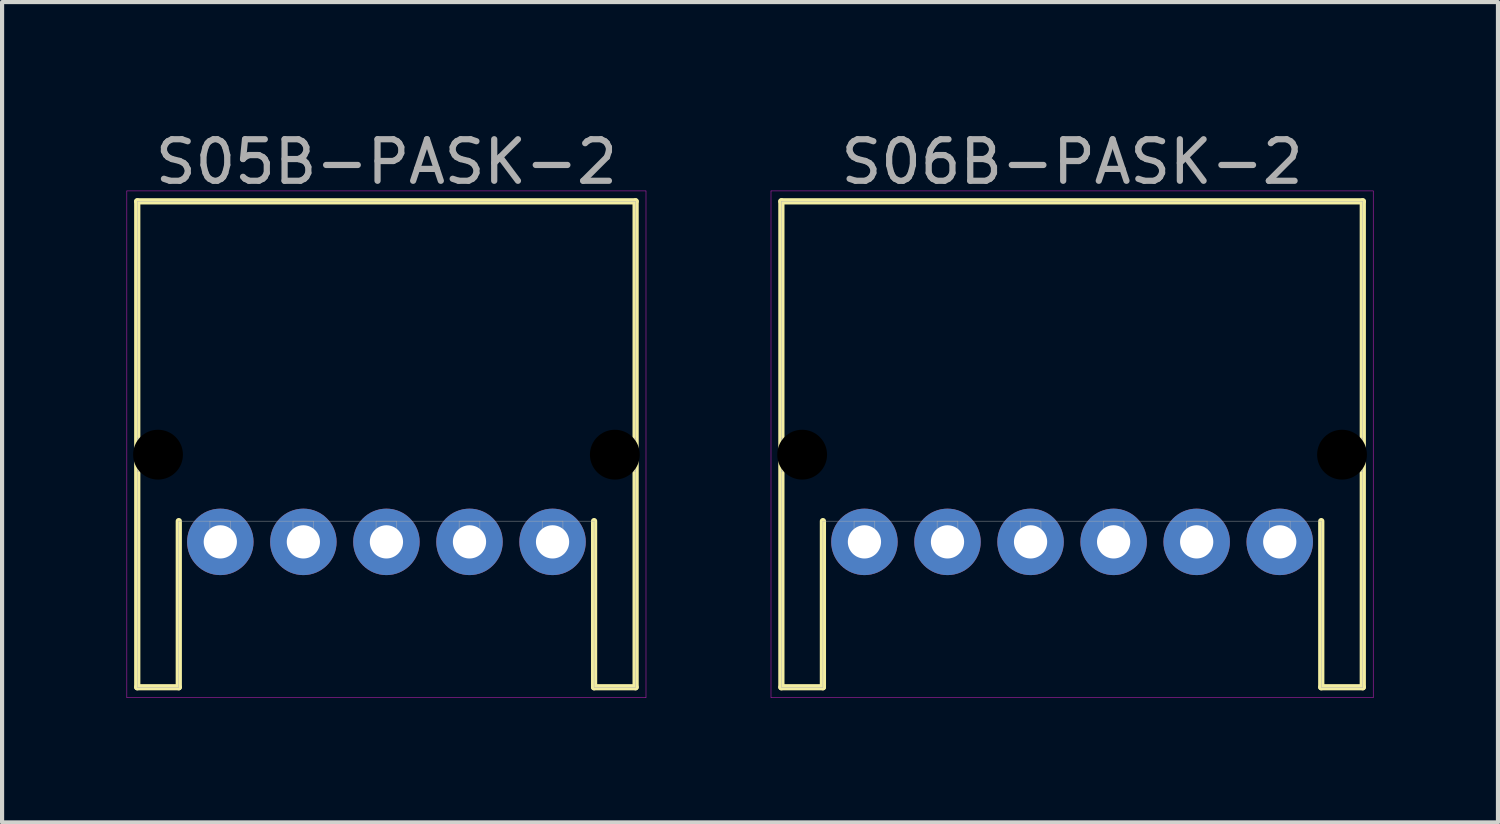
<source format=kicad_pcb>
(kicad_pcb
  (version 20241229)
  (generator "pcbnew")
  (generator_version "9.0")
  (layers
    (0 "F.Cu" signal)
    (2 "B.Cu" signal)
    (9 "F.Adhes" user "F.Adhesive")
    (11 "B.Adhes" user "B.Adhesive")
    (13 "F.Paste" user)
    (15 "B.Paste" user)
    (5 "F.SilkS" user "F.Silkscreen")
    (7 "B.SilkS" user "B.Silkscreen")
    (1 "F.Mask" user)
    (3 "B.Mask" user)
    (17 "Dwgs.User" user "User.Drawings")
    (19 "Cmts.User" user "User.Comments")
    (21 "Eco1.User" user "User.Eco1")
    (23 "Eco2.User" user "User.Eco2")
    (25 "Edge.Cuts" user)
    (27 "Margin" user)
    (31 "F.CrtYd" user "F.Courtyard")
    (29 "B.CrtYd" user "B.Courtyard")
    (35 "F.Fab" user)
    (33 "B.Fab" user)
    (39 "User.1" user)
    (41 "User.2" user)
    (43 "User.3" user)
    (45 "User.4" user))
  (footprint "S06B-PASK-2"
    (layer "F.Cu")
    (at 22.765 9.998)
    (property "Reference" "S06B-PASK-2" (at 0 -9.15 0) (layer "F.Fab") (effects (font (size 1 1) (thickness 0.15))))
    (attr through_hole)
    (fp_line (start -7 -8.2) (end -7 3.5) (stroke (width 0.15) (type solid)) (layer "F.SilkS"))
    (fp_line (start -7 -8.2) (end 7 -8.2) (stroke (width 0.15) (type solid)) (layer "F.SilkS"))
    (fp_line (start -7 3.5) (end -6 3.5) (stroke (width 0.15) (type solid)) (layer "F.SilkS"))
    (fp_line (start -6 3.5) (end -6 -0.5) (stroke (width 0.15) (type solid)) (layer "F.SilkS"))
    (fp_line (start 6 3.5) (end 6 -0.5) (stroke (width 0.15) (type solid)) (layer "F.SilkS"))
    (fp_line (start 7 -8.2) (end 7 3.5) (stroke (width 0.15) (type solid)) (layer "F.SilkS"))
    (fp_line (start 7 3.5) (end 6 3.5) (stroke (width 0.15) (type solid)) (layer "F.SilkS"))
    (fp_line (start -7.25 -8.45) (end 7.25 -8.45) (stroke (width 0.01) (type solid)) (layer "F.CrtYd"))
    (fp_line (start -7.25 3.75) (end -7.25 -8.45) (stroke (width 0.01) (type solid)) (layer "F.CrtYd"))
    (fp_line (start 7.25 -8.45) (end 7.25 3.75) (stroke (width 0.01) (type solid)) (layer "F.CrtYd"))
    (fp_line (start 7.25 3.75) (end -7.25 3.75) (stroke (width 0.01) (type solid)) (layer "F.CrtYd"))
    (fp_line (start -7 -8.2) (end -7 3.5) (stroke (width 0.01) (type solid)) (layer "F.Fab"))
    (fp_line (start -7 -8.2) (end 7 -8.2) (stroke (width 0.01) (type solid)) (layer "F.Fab"))
    (fp_line (start -7 -2.5) (end -6.4 -2.5) (stroke (width 0.01) (type solid)) (layer "F.Fab"))
    (fp_line (start -7 -1.7) (end -7 -2.5) (stroke (width 0.01) (type solid)) (layer "F.Fab"))
    (fp_line (start -7 3.5) (end -6 3.5) (stroke (width 0.01) (type solid)) (layer "F.Fab"))
    (fp_line (start -6.4 -2.5) (end -6.4 -1.7) (stroke (width 0.01) (type solid)) (layer "F.Fab"))
    (fp_line (start -6.4 -1.7) (end -7 -1.7) (stroke (width 0.01) (type solid)) (layer "F.Fab"))
    (fp_line (start -6 3.5) (end -6 -0.5) (stroke (width 0.01) (type solid)) (layer "F.Fab"))
    (fp_line (start -5.25 -0.5) (end -4.75 -0.5) (stroke (width 0.01) (type solid)) (layer "F.Fab"))
    (fp_line (start -5.25 -0.25) (end -4.75 -0.25) (stroke (width 0.01) (type solid)) (layer "F.Fab"))
    (fp_line (start -5.25 0.25) (end -5.25 -0.5) (stroke (width 0.01) (type solid)) (layer "F.Fab"))
    (fp_line (start -4.75 -0.5) (end -4.75 0.25) (stroke (width 0.01) (type solid)) (layer "F.Fab"))
    (fp_line (start -4.75 0.25) (end -5.25 0.25) (stroke (width 0.01) (type solid)) (layer "F.Fab"))
    (fp_line (start -3.25 -0.5) (end -2.75 -0.5) (stroke (width 0.01) (type solid)) (layer "F.Fab"))
    (fp_line (start -3.25 -0.25) (end -2.75 -0.25) (stroke (width 0.01) (type solid)) (layer "F.Fab"))
    (fp_line (start -3.25 0.25) (end -3.25 -0.5) (stroke (width 0.01) (type solid)) (layer "F.Fab"))
    (fp_line (start -2.75 -0.5) (end -2.75 0.25) (stroke (width 0.01) (type solid)) (layer "F.Fab"))
    (fp_line (start -2.75 0.25) (end -3.25 0.25) (stroke (width 0.01) (type solid)) (layer "F.Fab"))
    (fp_line (start -1.25 -0.5) (end -0.75 -0.5) (stroke (width 0.01) (type solid)) (layer "F.Fab"))
    (fp_line (start -1.25 -0.25) (end -0.75 -0.25) (stroke (width 0.01) (type solid)) (layer "F.Fab"))
    (fp_line (start -1.25 0.25) (end -1.25 -0.5) (stroke (width 0.01) (type solid)) (layer "F.Fab"))
    (fp_line (start -0.75 -0.5) (end -0.75 0.25) (stroke (width 0.01) (type solid)) (layer "F.Fab"))
    (fp_line (start -0.75 0.25) (end -1.25 0.25) (stroke (width 0.01) (type solid)) (layer "F.Fab"))
    (fp_line (start 0.75 -0.5) (end 1.25 -0.5) (stroke (width 0.01) (type solid)) (layer "F.Fab"))
    (fp_line (start 0.75 -0.25) (end 1.25 -0.25) (stroke (width 0.01) (type solid)) (layer "F.Fab"))
    (fp_line (start 0.75 0.25) (end 0.75 -0.5) (stroke (width 0.01) (type solid)) (layer "F.Fab"))
    (fp_line (start 1.25 -0.5) (end 1.25 0.25) (stroke (width 0.01) (type solid)) (layer "F.Fab"))
    (fp_line (start 1.25 0.25) (end 0.75 0.25) (stroke (width 0.01) (type solid)) (layer "F.Fab"))
    (fp_line (start 2.75 -0.5) (end 3.25 -0.5) (stroke (width 0.01) (type solid)) (layer "F.Fab"))
    (fp_line (start 2.75 -0.25) (end 3.25 -0.25) (stroke (width 0.01) (type solid)) (layer "F.Fab"))
    (fp_line (start 2.75 0.25) (end 2.75 -0.5) (stroke (width 0.01) (type solid)) (layer "F.Fab"))
    (fp_line (start 3.25 -0.5) (end 3.25 0.25) (stroke (width 0.01) (type solid)) (layer "F.Fab"))
    (fp_line (start 3.25 0.25) (end 2.75 0.25) (stroke (width 0.01) (type solid)) (layer "F.Fab"))
    (fp_line (start 4.75 -0.5) (end 5.25 -0.5) (stroke (width 0.01) (type solid)) (layer "F.Fab"))
    (fp_line (start 4.75 -0.25) (end 5.25 -0.25) (stroke (width 0.01) (type solid)) (layer "F.Fab"))
    (fp_line (start 4.75 0.25) (end 4.75 -0.5) (stroke (width 0.01) (type solid)) (layer "F.Fab"))
    (fp_line (start 5.25 -0.5) (end 5.25 0.25) (stroke (width 0.01) (type solid)) (layer "F.Fab"))
    (fp_line (start 5.25 0.25) (end 4.75 0.25) (stroke (width 0.01) (type solid)) (layer "F.Fab"))
    (fp_line (start 6 -0.5) (end -6 -0.5) (stroke (width 0.01) (type solid)) (layer "F.Fab"))
    (fp_line (start 6 3.5) (end 6 -0.5) (stroke (width 0.01) (type solid)) (layer "F.Fab"))
    (fp_line (start 6.4 -2.5) (end 7 -2.5) (stroke (width 0.01) (type solid)) (layer "F.Fab"))
    (fp_line (start 6.4 -1.7) (end 6.4 -2.5) (stroke (width 0.01) (type solid)) (layer "F.Fab"))
    (fp_line (start 7 -8.2) (end 7 3.5) (stroke (width 0.01) (type solid)) (layer "F.Fab"))
    (fp_line (start 7 -2.5) (end 7 -1.7) (stroke (width 0.01) (type solid)) (layer "F.Fab"))
    (fp_line (start 7 -1.7) (end 6.4 -1.7) (stroke (width 0.01) (type solid)) (layer "F.Fab"))
    (fp_line (start 7 3.5) (end 6 3.5) (stroke (width 0.01) (type solid)) (layer "F.Fab"))
    (pad "" np_thru_hole circle (at -6.5 -2.1) (size 1.2 1.2) (drill 1.2) (layers "*.Mask"))
    (pad "" np_thru_hole circle (at 6.5 -2.1) (size 1.2 1.2) (drill 1.2) (layers "*.Mask"))
    (pad "1" thru_hole circle (at 5 0) (size 1.6 1.6) (drill 0.8) (layers "*.Cu" "*.Mask"))
    (pad "2" thru_hole circle (at 3 0) (size 1.6 1.6) (drill 0.8) (layers "*.Cu" "*.Mask"))
    (pad "3" thru_hole circle (at 1 0) (size 1.6 1.6) (drill 0.8) (layers "*.Cu" "*.Mask"))
    (pad "4" thru_hole circle (at -1 0) (size 1.6 1.6) (drill 0.8) (layers "*.Cu" "*.Mask"))
    (pad "5" thru_hole circle (at -3 0) (size 1.6 1.6) (drill 0.8) (layers "*.Cu" "*.Mask"))
    (pad "6" thru_hole circle (at -5 0) (size 1.6 1.6) (drill 0.8) (layers "*.Cu" "*.Mask")))
  (footprint "S05B-PASK-2"
    (layer "F.Cu")
    (at 6.255 9.998)
    (property "Reference" "S05B-PASK-2" (at 0 -9.15 0) (layer "F.Fab") (effects (font (size 1 1) (thickness 0.15))))
    (attr through_hole)
    (fp_line (start -6 -8.2) (end -6 3.5) (stroke (width 0.15) (type solid)) (layer "F.SilkS"))
    (fp_line (start -6 -8.2) (end 6 -8.2) (stroke (width 0.15) (type solid)) (layer "F.SilkS"))
    (fp_line (start -6 3.5) (end -5 3.5) (stroke (width 0.15) (type solid)) (layer "F.SilkS"))
    (fp_line (start -5 3.5) (end -5 -0.5) (stroke (width 0.15) (type solid)) (layer "F.SilkS"))
    (fp_line (start 5 3.5) (end 5 -0.5) (stroke (width 0.15) (type solid)) (layer "F.SilkS"))
    (fp_line (start 6 -8.2) (end 6 3.5) (stroke (width 0.15) (type solid)) (layer "F.SilkS"))
    (fp_line (start 6 3.5) (end 5 3.5) (stroke (width 0.15) (type solid)) (layer "F.SilkS"))
    (fp_line (start -6.25 -8.45) (end 6.25 -8.45) (stroke (width 0.01) (type solid)) (layer "F.CrtYd"))
    (fp_line (start -6.25 3.75) (end -6.25 -8.45) (stroke (width 0.01) (type solid)) (layer "F.CrtYd"))
    (fp_line (start 6.25 -8.45) (end 6.25 3.75) (stroke (width 0.01) (type solid)) (layer "F.CrtYd"))
    (fp_line (start 6.25 3.75) (end -6.25 3.75) (stroke (width 0.01) (type solid)) (layer "F.CrtYd"))
    (fp_line (start -6 -8.2) (end -6 3.5) (stroke (width 0.01) (type solid)) (layer "F.Fab"))
    (fp_line (start -6 -8.2) (end 6 -8.2) (stroke (width 0.01) (type solid)) (layer "F.Fab"))
    (fp_line (start -6 -2.5) (end -5.4 -2.5) (stroke (width 0.01) (type solid)) (layer "F.Fab"))
    (fp_line (start -6 -1.7) (end -6 -2.5) (stroke (width 0.01) (type solid)) (layer "F.Fab"))
    (fp_line (start -6 3.5) (end -5 3.5) (stroke (width 0.01) (type solid)) (layer "F.Fab"))
    (fp_line (start -5.4 -2.5) (end -5.4 -1.7) (stroke (width 0.01) (type solid)) (layer "F.Fab"))
    (fp_line (start -5.4 -1.7) (end -6 -1.7) (stroke (width 0.01) (type solid)) (layer "F.Fab"))
    (fp_line (start -5 3.5) (end -5 -0.5) (stroke (width 0.01) (type solid)) (layer "F.Fab"))
    (fp_line (start -4.25 -0.5) (end -3.75 -0.5) (stroke (width 0.01) (type solid)) (layer "F.Fab"))
    (fp_line (start -4.25 -0.25) (end -3.75 -0.25) (stroke (width 0.01) (type solid)) (layer "F.Fab"))
    (fp_line (start -4.25 0.25) (end -4.25 -0.5) (stroke (width 0.01) (type solid)) (layer "F.Fab"))
    (fp_line (start -3.75 -0.5) (end -3.75 0.25) (stroke (width 0.01) (type solid)) (layer "F.Fab"))
    (fp_line (start -3.75 0.25) (end -4.25 0.25) (stroke (width 0.01) (type solid)) (layer "F.Fab"))
    (fp_line (start -2.25 -0.5) (end -1.75 -0.5) (stroke (width 0.01) (type solid)) (layer "F.Fab"))
    (fp_line (start -2.25 -0.25) (end -1.75 -0.25) (stroke (width 0.01) (type solid)) (layer "F.Fab"))
    (fp_line (start -2.25 0.25) (end -2.25 -0.5) (stroke (width 0.01) (type solid)) (layer "F.Fab"))
    (fp_line (start -1.75 -0.5) (end -1.75 0.25) (stroke (width 0.01) (type solid)) (layer "F.Fab"))
    (fp_line (start -1.75 0.25) (end -2.25 0.25) (stroke (width 0.01) (type solid)) (layer "F.Fab"))
    (fp_line (start -0.25 -0.5) (end 0.25 -0.5) (stroke (width 0.01) (type solid)) (layer "F.Fab"))
    (fp_line (start -0.25 -0.25) (end 0.25 -0.25) (stroke (width 0.01) (type solid)) (layer "F.Fab"))
    (fp_line (start -0.25 0.25) (end -0.25 -0.5) (stroke (width 0.01) (type solid)) (layer "F.Fab"))
    (fp_line (start 0.25 -0.5) (end 0.25 0.25) (stroke (width 0.01) (type solid)) (layer "F.Fab"))
    (fp_line (start 0.25 0.25) (end -0.25 0.25) (stroke (width 0.01) (type solid)) (layer "F.Fab"))
    (fp_line (start 1.75 -0.5) (end 2.25 -0.5) (stroke (width 0.01) (type solid)) (layer "F.Fab"))
    (fp_line (start 1.75 -0.25) (end 2.25 -0.25) (stroke (width 0.01) (type solid)) (layer "F.Fab"))
    (fp_line (start 1.75 0.25) (end 1.75 -0.5) (stroke (width 0.01) (type solid)) (layer "F.Fab"))
    (fp_line (start 2.25 -0.5) (end 2.25 0.25) (stroke (width 0.01) (type solid)) (layer "F.Fab"))
    (fp_line (start 2.25 0.25) (end 1.75 0.25) (stroke (width 0.01) (type solid)) (layer "F.Fab"))
    (fp_line (start 3.75 -0.5) (end 4.25 -0.5) (stroke (width 0.01) (type solid)) (layer "F.Fab"))
    (fp_line (start 3.75 -0.25) (end 4.25 -0.25) (stroke (width 0.01) (type solid)) (layer "F.Fab"))
    (fp_line (start 3.75 0.25) (end 3.75 -0.5) (stroke (width 0.01) (type solid)) (layer "F.Fab"))
    (fp_line (start 4.25 -0.5) (end 4.25 0.25) (stroke (width 0.01) (type solid)) (layer "F.Fab"))
    (fp_line (start 4.25 0.25) (end 3.75 0.25) (stroke (width 0.01) (type solid)) (layer "F.Fab"))
    (fp_line (start 5 -0.5) (end -5 -0.5) (stroke (width 0.01) (type solid)) (layer "F.Fab"))
    (fp_line (start 5 3.5) (end 5 -0.5) (stroke (width 0.01) (type solid)) (layer "F.Fab"))
    (fp_line (start 5.4 -2.5) (end 6 -2.5) (stroke (width 0.01) (type solid)) (layer "F.Fab"))
    (fp_line (start 5.4 -1.7) (end 5.4 -2.5) (stroke (width 0.01) (type solid)) (layer "F.Fab"))
    (fp_line (start 6 -8.2) (end 6 3.5) (stroke (width 0.01) (type solid)) (layer "F.Fab"))
    (fp_line (start 6 -2.5) (end 6 -1.7) (stroke (width 0.01) (type solid)) (layer "F.Fab"))
    (fp_line (start 6 -1.7) (end 5.4 -1.7) (stroke (width 0.01) (type solid)) (layer "F.Fab"))
    (fp_line (start 6 3.5) (end 5 3.5) (stroke (width 0.01) (type solid)) (layer "F.Fab"))
    (pad "" np_thru_hole circle (at -5.5 -2.1) (size 1.2 1.2) (drill 1.2) (layers "*.Mask"))
    (pad "" np_thru_hole circle (at 5.5 -2.1) (size 1.2 1.2) (drill 1.2) (layers "*.Mask"))
    (pad "1" thru_hole circle (at 4 0) (size 1.6 1.6) (drill 0.8) (layers "*.Cu" "*.Mask"))
    (pad "2" thru_hole circle (at 2 0) (size 1.6 1.6) (drill 0.8) (layers "*.Cu" "*.Mask"))
    (pad "3" thru_hole circle (at 0 0) (size 1.6 1.6) (drill 0.8) (layers "*.Cu" "*.Mask"))
    (pad "4" thru_hole circle (at -2 0) (size 1.6 1.6) (drill 0.8) (layers "*.Cu" "*.Mask"))
    (pad "5" thru_hole circle (at -4 0) (size 1.6 1.6) (drill 0.8) (layers "*.Cu" "*.Mask")))
  (gr_rect
    (start -3 -3)
    (end 33.02 16.753)
    (stroke (width 0.1) (type default))
    (fill no)
    (layer "Edge.Cuts")))
</source>
